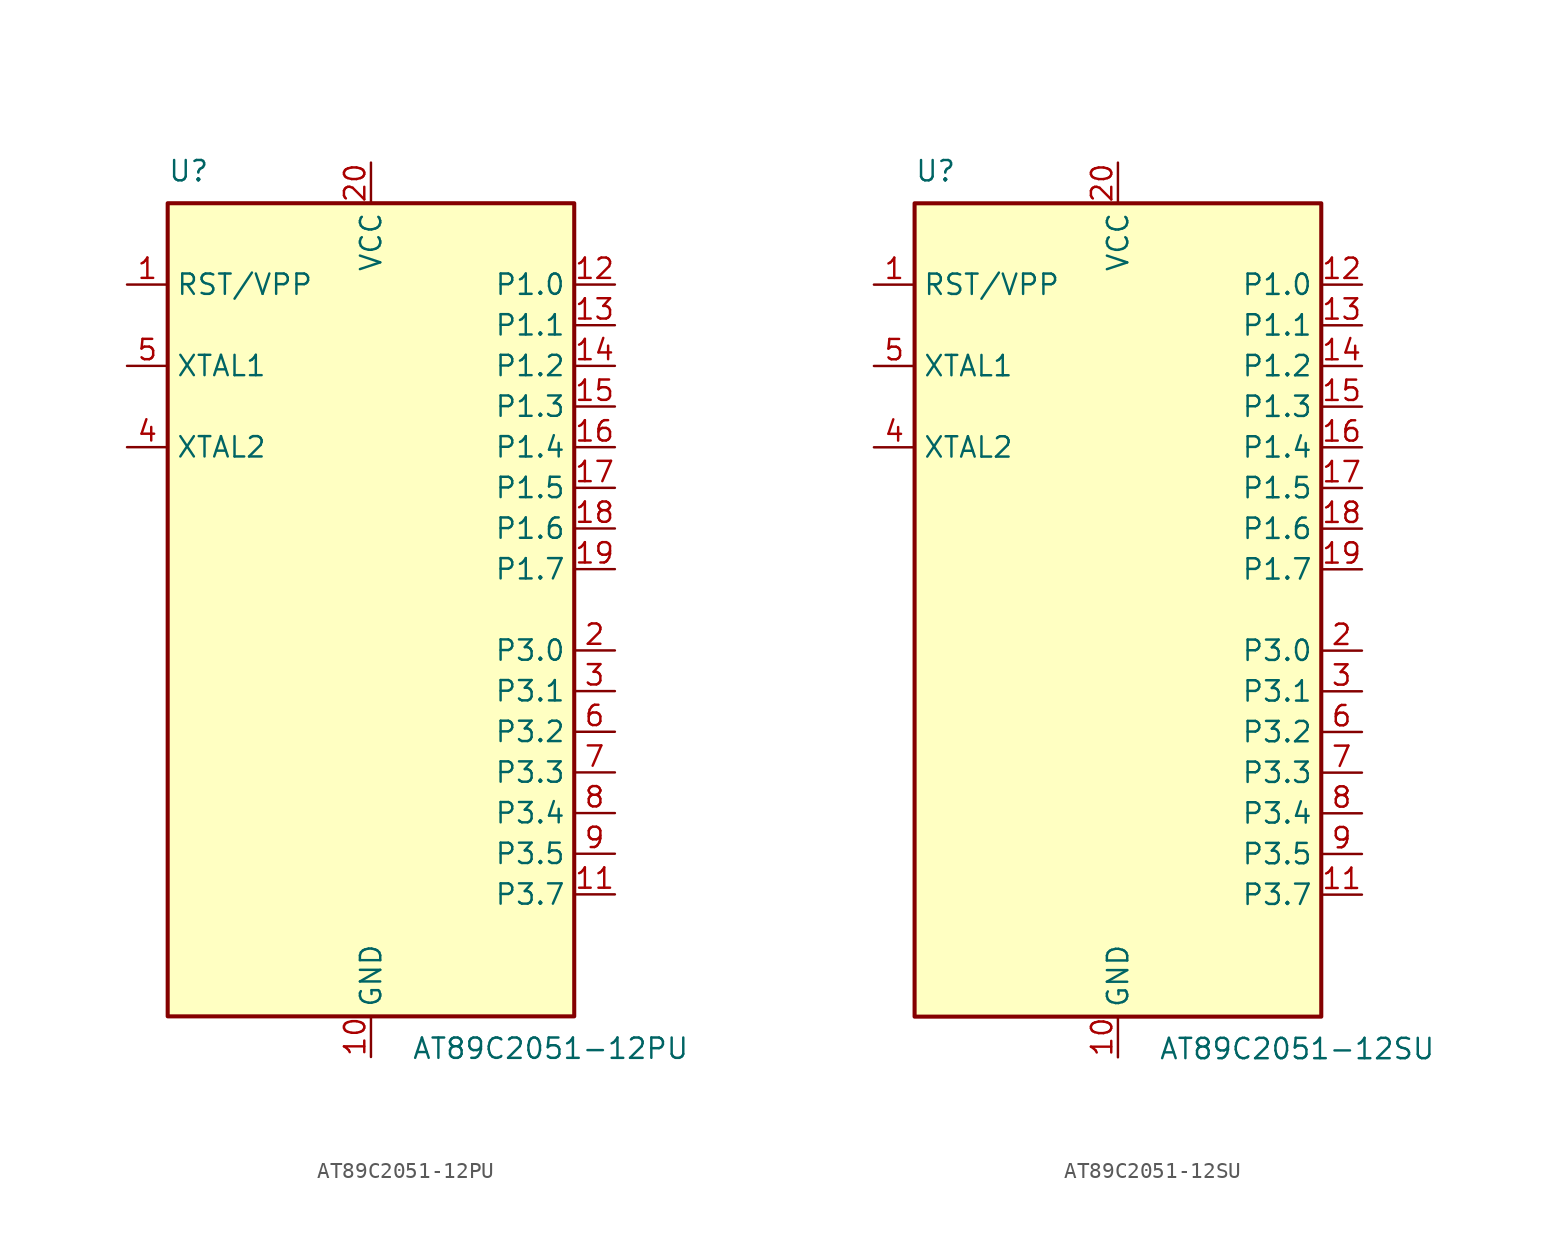
<source format=kicad_sym>
(kicad_symbol_lib
  (version 20211014)
  (generator kicad_symbol_editor)
  (symbol "AT89C2051-12PU"
    (property "Reference" "U"
      (at -12.7 26.67 0)
      (effects (font (size 1.27 1.27)) (justify left bottom)))
    (property "Value" "AT89C2051-12PU"
      (at 2.54 -26.67 0)
      (effects (font (size 1.27 1.27)) (justify left top)))
    (symbol "AT89C2051-12PU_0_1"
      (rectangle (start -12.7 -25.4) (end 12.7 25.4) (stroke (width 0.254) (type default) (color 0 0 0 0)) (fill (type background))))
    (symbol "AT89C2051-12PU_1_1"
      (pin input line (at -15.24 20.32 0) (length 2.54) (name "RST/VPP" (effects (font (size 1.27 1.27)))) (number "1" (effects (font (size 1.27 1.27)))))
      (pin power_in line (at 0 -27.94 90) (length 2.54) (name "GND" (effects (font (size 1.27 1.27)))) (number "10" (effects (font (size 1.27 1.27)))))
      (pin bidirectional line (at 15.24 -17.78 180) (length 2.54) (name "P3.7" (effects (font (size 1.27 1.27)))) (number "11" (effects (font (size 1.27 1.27)))))
      (pin bidirectional line (at 15.24 20.32 180) (length 2.54) (name "P1.0" (effects (font (size 1.27 1.27)))) (number "12" (effects (font (size 1.27 1.27)))))
      (pin bidirectional line (at 15.24 17.78 180) (length 2.54) (name "P1.1" (effects (font (size 1.27 1.27)))) (number "13" (effects (font (size 1.27 1.27)))))
      (pin bidirectional line (at 15.24 15.24 180) (length 2.54) (name "P1.2" (effects (font (size 1.27 1.27)))) (number "14" (effects (font (size 1.27 1.27)))))
      (pin bidirectional line (at 15.24 12.7 180) (length 2.54) (name "P1.3" (effects (font (size 1.27 1.27)))) (number "15" (effects (font (size 1.27 1.27)))))
      (pin bidirectional line (at 15.24 10.16 180) (length 2.54) (name "P1.4" (effects (font (size 1.27 1.27)))) (number "16" (effects (font (size 1.27 1.27)))))
      (pin bidirectional line (at 15.24 7.62 180) (length 2.54) (name "P1.5" (effects (font (size 1.27 1.27)))) (number "17" (effects (font (size 1.27 1.27)))))
      (pin bidirectional line (at 15.24 5.08 180) (length 2.54) (name "P1.6" (effects (font (size 1.27 1.27)))) (number "18" (effects (font (size 1.27 1.27)))))
      (pin bidirectional line (at 15.24 2.54 180) (length 2.54) (name "P1.7" (effects (font (size 1.27 1.27)))) (number "19" (effects (font (size 1.27 1.27)))))
      (pin bidirectional line (at 15.24 -2.54 180) (length 2.54) (name "P3.0" (effects (font (size 1.27 1.27)))) (number "2" (effects (font (size 1.27 1.27)))))
      (pin power_in line (at 0 27.94 270) (length 2.54) (name "VCC" (effects (font (size 1.27 1.27)))) (number "20" (effects (font (size 1.27 1.27)))))
      (pin bidirectional line (at 15.24 -5.08 180) (length 2.54) (name "P3.1" (effects (font (size 1.27 1.27)))) (number "3" (effects (font (size 1.27 1.27)))))
      (pin output line (at -15.24 10.16 0) (length 2.54) (name "XTAL2" (effects (font (size 1.27 1.27)))) (number "4" (effects (font (size 1.27 1.27)))))
      (pin input line (at -15.24 15.24 0) (length 2.54) (name "XTAL1" (effects (font (size 1.27 1.27)))) (number "5" (effects (font (size 1.27 1.27)))))
      (pin bidirectional line (at 15.24 -7.62 180) (length 2.54) (name "P3.2" (effects (font (size 1.27 1.27)))) (number "6" (effects (font (size 1.27 1.27)))))
      (pin bidirectional line (at 15.24 -10.16 180) (length 2.54) (name "P3.3" (effects (font (size 1.27 1.27)))) (number "7" (effects (font (size 1.27 1.27)))))
      (pin bidirectional line (at 15.24 -12.7 180) (length 2.54) (name "P3.4" (effects (font (size 1.27 1.27)))) (number "8" (effects (font (size 1.27 1.27)))))
      (pin bidirectional line (at 15.24 -15.24 180) (length 2.54) (name "P3.5" (effects (font (size 1.27 1.27)))) (number "9" (effects (font (size 1.27 1.27)))))))
  (symbol "AT89C2051-12SU"
    (property "Reference" "U"
      (at -12.7 26.67 0)
      (effects (font (size 1.27 1.27)) (justify left bottom)))
    (property "Value" "AT89C2051-12SU"
      (at 2.54 -26.67 0)
      (effects (font (size 1.27 1.27)) (justify left top)))
    (symbol "AT89C2051-12SU_0_1"
      (rectangle (start -12.7 -25.4) (end 12.7 25.4) (stroke (width 0.254) (type default) (color 0 0 0 0)) (fill (type background))))
    (symbol "AT89C2051-12SU_1_1"
      (pin input line (at -15.24 20.32 0) (length 2.54) (name "RST/VPP" (effects (font (size 1.27 1.27)))) (number "1" (effects (font (size 1.27 1.27)))))
      (pin power_in line (at 0 -27.94 90) (length 2.54) (name "GND" (effects (font (size 1.27 1.27)))) (number "10" (effects (font (size 1.27 1.27)))))
      (pin bidirectional line (at 15.24 -17.78 180) (length 2.54) (name "P3.7" (effects (font (size 1.27 1.27)))) (number "11" (effects (font (size 1.27 1.27)))))
      (pin bidirectional line (at 15.24 20.32 180) (length 2.54) (name "P1.0" (effects (font (size 1.27 1.27)))) (number "12" (effects (font (size 1.27 1.27)))))
      (pin bidirectional line (at 15.24 17.78 180) (length 2.54) (name "P1.1" (effects (font (size 1.27 1.27)))) (number "13" (effects (font (size 1.27 1.27)))))
      (pin bidirectional line (at 15.24 15.24 180) (length 2.54) (name "P1.2" (effects (font (size 1.27 1.27)))) (number "14" (effects (font (size 1.27 1.27)))))
      (pin bidirectional line (at 15.24 12.7 180) (length 2.54) (name "P1.3" (effects (font (size 1.27 1.27)))) (number "15" (effects (font (size 1.27 1.27)))))
      (pin bidirectional line (at 15.24 10.16 180) (length 2.54) (name "P1.4" (effects (font (size 1.27 1.27)))) (number "16" (effects (font (size 1.27 1.27)))))
      (pin bidirectional line (at 15.24 7.62 180) (length 2.54) (name "P1.5" (effects (font (size 1.27 1.27)))) (number "17" (effects (font (size 1.27 1.27)))))
      (pin bidirectional line (at 15.24 5.08 180) (length 2.54) (name "P1.6" (effects (font (size 1.27 1.27)))) (number "18" (effects (font (size 1.27 1.27)))))
      (pin bidirectional line (at 15.24 2.54 180) (length 2.54) (name "P1.7" (effects (font (size 1.27 1.27)))) (number "19" (effects (font (size 1.27 1.27)))))
      (pin bidirectional line (at 15.24 -2.54 180) (length 2.54) (name "P3.0" (effects (font (size 1.27 1.27)))) (number "2" (effects (font (size 1.27 1.27)))))
      (pin power_in line (at 0 27.94 270) (length 2.54) (name "VCC" (effects (font (size 1.27 1.27)))) (number "20" (effects (font (size 1.27 1.27)))))
      (pin bidirectional line (at 15.24 -5.08 180) (length 2.54) (name "P3.1" (effects (font (size 1.27 1.27)))) (number "3" (effects (font (size 1.27 1.27)))))
      (pin output line (at -15.24 10.16 0) (length 2.54) (name "XTAL2" (effects (font (size 1.27 1.27)))) (number "4" (effects (font (size 1.27 1.27)))))
      (pin input line (at -15.24 15.24 0) (length 2.54) (name "XTAL1" (effects (font (size 1.27 1.27)))) (number "5" (effects (font (size 1.27 1.27)))))
      (pin bidirectional line (at 15.24 -7.62 180) (length 2.54) (name "P3.2" (effects (font (size 1.27 1.27)))) (number "6" (effects (font (size 1.27 1.27)))))
      (pin bidirectional line (at 15.24 -10.16 180) (length 2.54) (name "P3.3" (effects (font (size 1.27 1.27)))) (number "7" (effects (font (size 1.27 1.27)))))
      (pin bidirectional line (at 15.24 -12.7 180) (length 2.54) (name "P3.4" (effects (font (size 1.27 1.27)))) (number "8" (effects (font (size 1.27 1.27)))))
      (pin bidirectional line (at 15.24 -15.24 180) (length 2.54) (name "P3.5" (effects (font (size 1.27 1.27)))) (number "9" (effects (font (size 1.27 1.27))))))))
</source>
